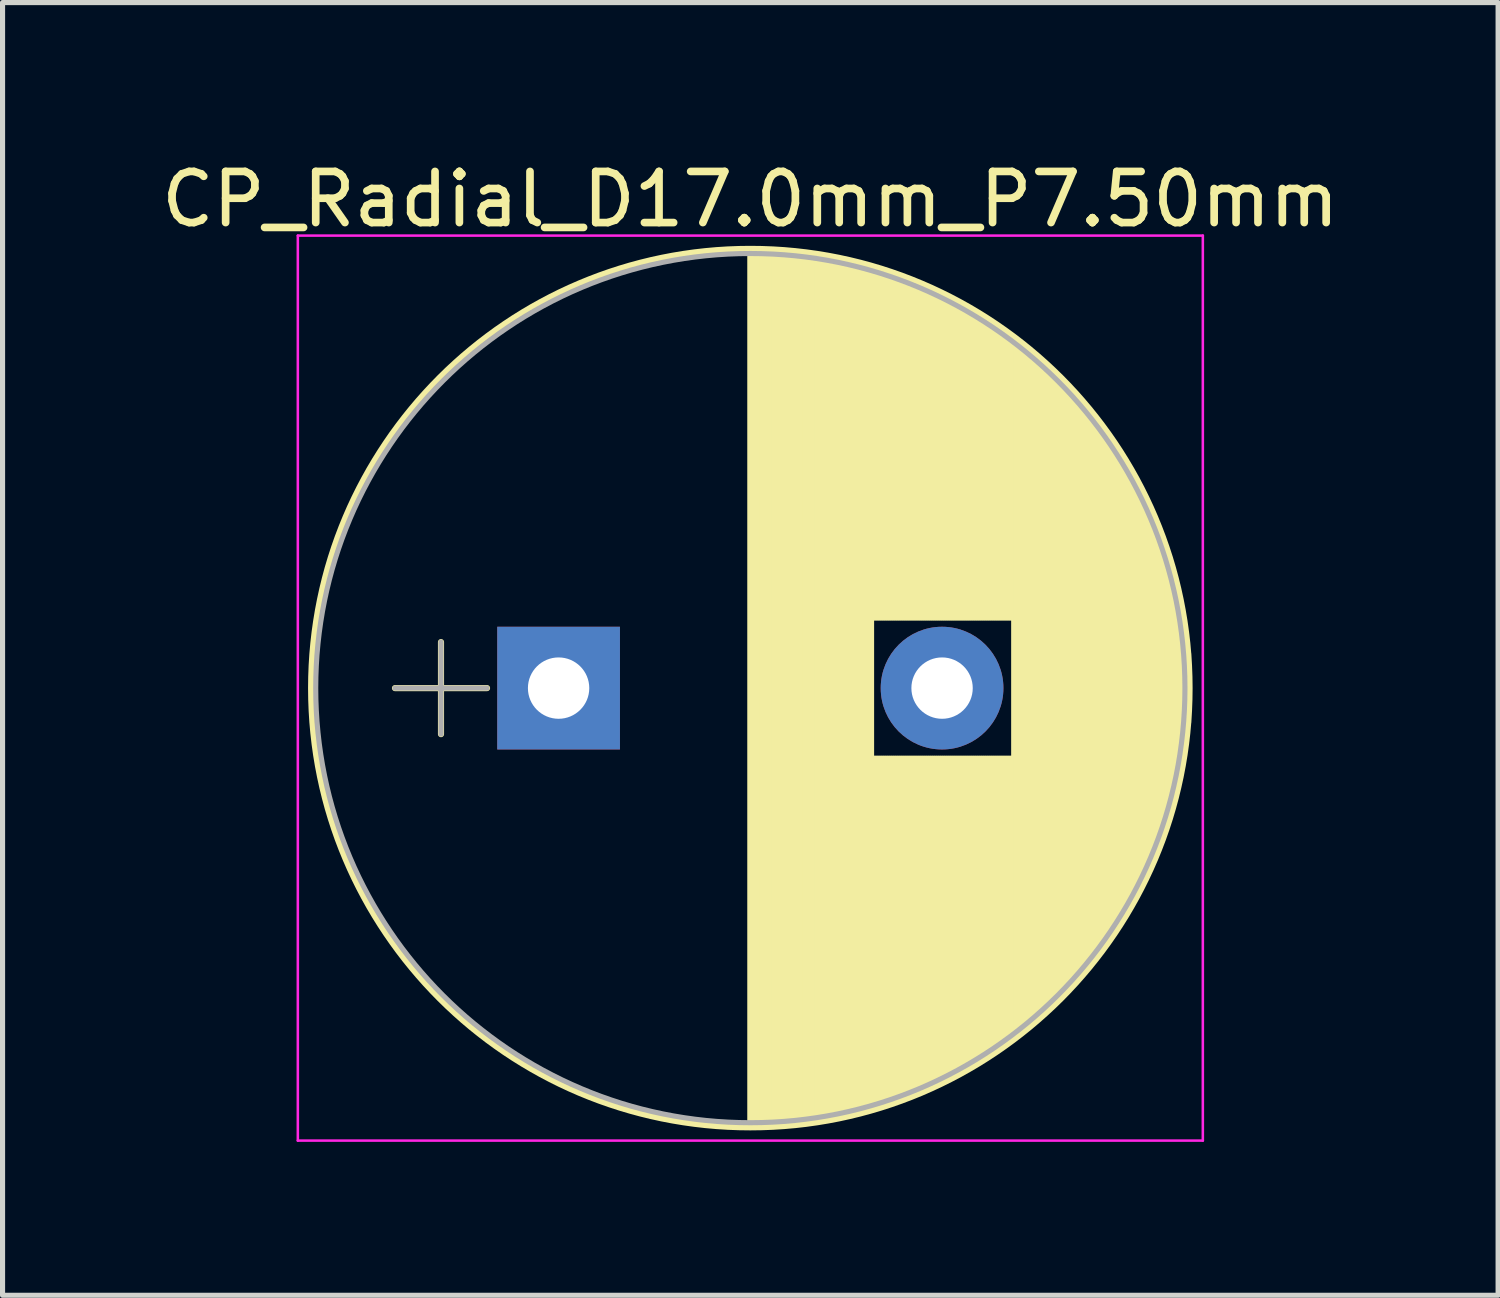
<source format=kicad_pcb>
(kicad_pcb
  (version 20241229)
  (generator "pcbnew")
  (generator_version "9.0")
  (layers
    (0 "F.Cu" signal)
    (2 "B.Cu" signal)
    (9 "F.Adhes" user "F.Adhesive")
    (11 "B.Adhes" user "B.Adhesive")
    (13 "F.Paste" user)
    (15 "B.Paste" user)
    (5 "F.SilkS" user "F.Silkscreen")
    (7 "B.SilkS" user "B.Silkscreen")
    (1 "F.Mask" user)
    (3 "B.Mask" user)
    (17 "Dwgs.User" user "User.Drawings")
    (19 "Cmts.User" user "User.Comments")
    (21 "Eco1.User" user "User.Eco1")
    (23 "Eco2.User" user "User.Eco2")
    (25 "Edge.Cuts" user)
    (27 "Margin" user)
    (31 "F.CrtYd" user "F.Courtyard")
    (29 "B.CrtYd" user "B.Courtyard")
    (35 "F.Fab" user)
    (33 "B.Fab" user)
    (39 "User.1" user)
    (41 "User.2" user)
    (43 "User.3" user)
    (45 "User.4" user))
  (footprint "CP_Radial_D17.0mm_P7.50mm"
    (layer "F.Cu")
    (at 7.875 10.408)
    (property "Reference" "CP_Radial_D17.0mm_P7.50mm" (at 3.75 -9.56 0) (layer "F.SilkS") (effects (font (size 1 1) (thickness 0.15))))
    (attr through_hole)
    (fp_line (start -3.2 0) (end -1.4 0) (stroke (width 0.12) (type solid)) (layer "F.SilkS"))
    (fp_line (start -2.3 -0.9) (end -2.3 0.9) (stroke (width 0.12) (type solid)) (layer "F.SilkS"))
    (fp_line (start 3.75 -8.55) (end 3.75 8.55) (stroke (width 0.12) (type solid)) (layer "F.SilkS"))
    (fp_line (start 3.79 -8.55) (end 3.79 8.55) (stroke (width 0.12) (type solid)) (layer "F.SilkS"))
    (fp_line (start 3.83 -8.55) (end 3.83 8.55) (stroke (width 0.12) (type solid)) (layer "F.SilkS"))
    (fp_line (start 3.87 -8.55) (end 3.87 8.55) (stroke (width 0.12) (type solid)) (layer "F.SilkS"))
    (fp_line (start 3.91 -8.549) (end 3.91 8.549) (stroke (width 0.12) (type solid)) (layer "F.SilkS"))
    (fp_line (start 3.95 -8.548) (end 3.95 8.548) (stroke (width 0.12) (type solid)) (layer "F.SilkS"))
    (fp_line (start 3.99 -8.547) (end 3.99 8.547) (stroke (width 0.12) (type solid)) (layer "F.SilkS"))
    (fp_line (start 4.03 -8.546) (end 4.03 8.546) (stroke (width 0.12) (type solid)) (layer "F.SilkS"))
    (fp_line (start 4.07 -8.545) (end 4.07 8.545) (stroke (width 0.12) (type solid)) (layer "F.SilkS"))
    (fp_line (start 4.11 -8.543) (end 4.11 8.543) (stroke (width 0.12) (type solid)) (layer "F.SilkS"))
    (fp_line (start 4.15 -8.541) (end 4.15 8.541) (stroke (width 0.12) (type solid)) (layer "F.SilkS"))
    (fp_line (start 4.19 -8.539) (end 4.19 8.539) (stroke (width 0.12) (type solid)) (layer "F.SilkS"))
    (fp_line (start 4.23 -8.537) (end 4.23 8.537) (stroke (width 0.12) (type solid)) (layer "F.SilkS"))
    (fp_line (start 4.27 -8.535) (end 4.27 8.535) (stroke (width 0.12) (type solid)) (layer "F.SilkS"))
    (fp_line (start 4.31 -8.532) (end 4.31 8.532) (stroke (width 0.12) (type solid)) (layer "F.SilkS"))
    (fp_line (start 4.35 -8.53) (end 4.35 8.53) (stroke (width 0.12) (type solid)) (layer "F.SilkS"))
    (fp_line (start 4.39 -8.527) (end 4.39 8.527) (stroke (width 0.12) (type solid)) (layer "F.SilkS"))
    (fp_line (start 4.43 -8.524) (end 4.43 8.524) (stroke (width 0.12) (type solid)) (layer "F.SilkS"))
    (fp_line (start 4.471 -8.52) (end 4.471 8.52) (stroke (width 0.12) (type solid)) (layer "F.SilkS"))
    (fp_line (start 4.511 -8.517) (end 4.511 8.517) (stroke (width 0.12) (type solid)) (layer "F.SilkS"))
    (fp_line (start 4.551 -8.513) (end 4.551 8.513) (stroke (width 0.12) (type solid)) (layer "F.SilkS"))
    (fp_line (start 4.591 -8.509) (end 4.591 8.509) (stroke (width 0.12) (type solid)) (layer "F.SilkS"))
    (fp_line (start 4.631 -8.505) (end 4.631 8.505) (stroke (width 0.12) (type solid)) (layer "F.SilkS"))
    (fp_line (start 4.671 -8.501) (end 4.671 8.501) (stroke (width 0.12) (type solid)) (layer "F.SilkS"))
    (fp_line (start 4.711 -8.497) (end 4.711 8.497) (stroke (width 0.12) (type solid)) (layer "F.SilkS"))
    (fp_line (start 4.751 -8.492) (end 4.751 8.492) (stroke (width 0.12) (type solid)) (layer "F.SilkS"))
    (fp_line (start 4.791 -8.487) (end 4.791 8.487) (stroke (width 0.12) (type solid)) (layer "F.SilkS"))
    (fp_line (start 4.831 -8.482) (end 4.831 8.482) (stroke (width 0.12) (type solid)) (layer "F.SilkS"))
    (fp_line (start 4.871 -8.477) (end 4.871 8.477) (stroke (width 0.12) (type solid)) (layer "F.SilkS"))
    (fp_line (start 4.911 -8.472) (end 4.911 8.472) (stroke (width 0.12) (type solid)) (layer "F.SilkS"))
    (fp_line (start 4.951 -8.466) (end 4.951 8.466) (stroke (width 0.12) (type solid)) (layer "F.SilkS"))
    (fp_line (start 4.991 -8.461) (end 4.991 8.461) (stroke (width 0.12) (type solid)) (layer "F.SilkS"))
    (fp_line (start 5.031 -8.455) (end 5.031 8.455) (stroke (width 0.12) (type solid)) (layer "F.SilkS"))
    (fp_line (start 5.071 -8.448) (end 5.071 8.448) (stroke (width 0.12) (type solid)) (layer "F.SilkS"))
    (fp_line (start 5.111 -8.442) (end 5.111 8.442) (stroke (width 0.12) (type solid)) (layer "F.SilkS"))
    (fp_line (start 5.151 -8.436) (end 5.151 8.436) (stroke (width 0.12) (type solid)) (layer "F.SilkS"))
    (fp_line (start 5.191 -8.429) (end 5.191 8.429) (stroke (width 0.12) (type solid)) (layer "F.SilkS"))
    (fp_line (start 5.231 -8.422) (end 5.231 8.422) (stroke (width 0.12) (type solid)) (layer "F.SilkS"))
    (fp_line (start 5.271 -8.415) (end 5.271 8.415) (stroke (width 0.12) (type solid)) (layer "F.SilkS"))
    (fp_line (start 5.311 -8.408) (end 5.311 8.408) (stroke (width 0.12) (type solid)) (layer "F.SilkS"))
    (fp_line (start 5.351 -8.4) (end 5.351 8.4) (stroke (width 0.12) (type solid)) (layer "F.SilkS"))
    (fp_line (start 5.391 -8.392) (end 5.391 8.392) (stroke (width 0.12) (type solid)) (layer "F.SilkS"))
    (fp_line (start 5.431 -8.385) (end 5.431 8.385) (stroke (width 0.12) (type solid)) (layer "F.SilkS"))
    (fp_line (start 5.471 -8.377) (end 5.471 8.377) (stroke (width 0.12) (type solid)) (layer "F.SilkS"))
    (fp_line (start 5.511 -8.368) (end 5.511 8.368) (stroke (width 0.12) (type solid)) (layer "F.SilkS"))
    (fp_line (start 5.551 -8.36) (end 5.551 8.36) (stroke (width 0.12) (type solid)) (layer "F.SilkS"))
    (fp_line (start 5.591 -8.351) (end 5.591 8.351) (stroke (width 0.12) (type solid)) (layer "F.SilkS"))
    (fp_line (start 5.631 -8.342) (end 5.631 8.342) (stroke (width 0.12) (type solid)) (layer "F.SilkS"))
    (fp_line (start 5.671 -8.333) (end 5.671 8.333) (stroke (width 0.12) (type solid)) (layer "F.SilkS"))
    (fp_line (start 5.711 -8.324) (end 5.711 8.324) (stroke (width 0.12) (type solid)) (layer "F.SilkS"))
    (fp_line (start 5.751 -8.314) (end 5.751 8.314) (stroke (width 0.12) (type solid)) (layer "F.SilkS"))
    (fp_line (start 5.791 -8.305) (end 5.791 8.305) (stroke (width 0.12) (type solid)) (layer "F.SilkS"))
    (fp_line (start 5.831 -8.295) (end 5.831 8.295) (stroke (width 0.12) (type solid)) (layer "F.SilkS"))
    (fp_line (start 5.871 -8.285) (end 5.871 8.285) (stroke (width 0.12) (type solid)) (layer "F.SilkS"))
    (fp_line (start 5.911 -8.274) (end 5.911 8.274) (stroke (width 0.12) (type solid)) (layer "F.SilkS"))
    (fp_line (start 5.951 -8.264) (end 5.951 8.264) (stroke (width 0.12) (type solid)) (layer "F.SilkS"))
    (fp_line (start 5.991 -8.253) (end 5.991 8.253) (stroke (width 0.12) (type solid)) (layer "F.SilkS"))
    (fp_line (start 6.031 -8.242) (end 6.031 8.242) (stroke (width 0.12) (type solid)) (layer "F.SilkS"))
    (fp_line (start 6.071 -8.231) (end 6.071 8.231) (stroke (width 0.12) (type solid)) (layer "F.SilkS"))
    (fp_line (start 6.111 -8.22) (end 6.111 8.22) (stroke (width 0.12) (type solid)) (layer "F.SilkS"))
    (fp_line (start 6.151 -8.208) (end 6.151 -1.38) (stroke (width 0.12) (type solid)) (layer "F.SilkS"))
    (fp_line (start 6.151 1.38) (end 6.151 8.208) (stroke (width 0.12) (type solid)) (layer "F.SilkS"))
    (fp_line (start 6.191 -8.197) (end 6.191 -1.38) (stroke (width 0.12) (type solid)) (layer "F.SilkS"))
    (fp_line (start 6.191 1.38) (end 6.191 8.197) (stroke (width 0.12) (type solid)) (layer "F.SilkS"))
    (fp_line (start 6.231 -8.185) (end 6.231 -1.38) (stroke (width 0.12) (type solid)) (layer "F.SilkS"))
    (fp_line (start 6.231 1.38) (end 6.231 8.185) (stroke (width 0.12) (type solid)) (layer "F.SilkS"))
    (fp_line (start 6.271 -8.173) (end 6.271 -1.38) (stroke (width 0.12) (type solid)) (layer "F.SilkS"))
    (fp_line (start 6.271 1.38) (end 6.271 8.173) (stroke (width 0.12) (type solid)) (layer "F.SilkS"))
    (fp_line (start 6.311 -8.16) (end 6.311 -1.38) (stroke (width 0.12) (type solid)) (layer "F.SilkS"))
    (fp_line (start 6.311 1.38) (end 6.311 8.16) (stroke (width 0.12) (type solid)) (layer "F.SilkS"))
    (fp_line (start 6.351 -8.148) (end 6.351 -1.38) (stroke (width 0.12) (type solid)) (layer "F.SilkS"))
    (fp_line (start 6.351 1.38) (end 6.351 8.148) (stroke (width 0.12) (type solid)) (layer "F.SilkS"))
    (fp_line (start 6.391 -8.135) (end 6.391 -1.38) (stroke (width 0.12) (type solid)) (layer "F.SilkS"))
    (fp_line (start 6.391 1.38) (end 6.391 8.135) (stroke (width 0.12) (type solid)) (layer "F.SilkS"))
    (fp_line (start 6.431 -8.122) (end 6.431 -1.38) (stroke (width 0.12) (type solid)) (layer "F.SilkS"))
    (fp_line (start 6.431 1.38) (end 6.431 8.122) (stroke (width 0.12) (type solid)) (layer "F.SilkS"))
    (fp_line (start 6.471 -8.108) (end 6.471 -1.38) (stroke (width 0.12) (type solid)) (layer "F.SilkS"))
    (fp_line (start 6.471 1.38) (end 6.471 8.108) (stroke (width 0.12) (type solid)) (layer "F.SilkS"))
    (fp_line (start 6.511 -8.095) (end 6.511 -1.38) (stroke (width 0.12) (type solid)) (layer "F.SilkS"))
    (fp_line (start 6.511 1.38) (end 6.511 8.095) (stroke (width 0.12) (type solid)) (layer "F.SilkS"))
    (fp_line (start 6.551 -8.081) (end 6.551 -1.38) (stroke (width 0.12) (type solid)) (layer "F.SilkS"))
    (fp_line (start 6.551 1.38) (end 6.551 8.081) (stroke (width 0.12) (type solid)) (layer "F.SilkS"))
    (fp_line (start 6.591 -8.067) (end 6.591 -1.38) (stroke (width 0.12) (type solid)) (layer "F.SilkS"))
    (fp_line (start 6.591 1.38) (end 6.591 8.067) (stroke (width 0.12) (type solid)) (layer "F.SilkS"))
    (fp_line (start 6.631 -8.053) (end 6.631 -1.38) (stroke (width 0.12) (type solid)) (layer "F.SilkS"))
    (fp_line (start 6.631 1.38) (end 6.631 8.053) (stroke (width 0.12) (type solid)) (layer "F.SilkS"))
    (fp_line (start 6.671 -8.039) (end 6.671 -1.38) (stroke (width 0.12) (type solid)) (layer "F.SilkS"))
    (fp_line (start 6.671 1.38) (end 6.671 8.039) (stroke (width 0.12) (type solid)) (layer "F.SilkS"))
    (fp_line (start 6.711 -8.024) (end 6.711 -1.38) (stroke (width 0.12) (type solid)) (layer "F.SilkS"))
    (fp_line (start 6.711 1.38) (end 6.711 8.024) (stroke (width 0.12) (type solid)) (layer "F.SilkS"))
    (fp_line (start 6.751 -8.01) (end 6.751 -1.38) (stroke (width 0.12) (type solid)) (layer "F.SilkS"))
    (fp_line (start 6.751 1.38) (end 6.751 8.01) (stroke (width 0.12) (type solid)) (layer "F.SilkS"))
    (fp_line (start 6.791 -7.995) (end 6.791 -1.38) (stroke (width 0.12) (type solid)) (layer "F.SilkS"))
    (fp_line (start 6.791 1.38) (end 6.791 7.995) (stroke (width 0.12) (type solid)) (layer "F.SilkS"))
    (fp_line (start 6.831 -7.979) (end 6.831 -1.38) (stroke (width 0.12) (type solid)) (layer "F.SilkS"))
    (fp_line (start 6.831 1.38) (end 6.831 7.979) (stroke (width 0.12) (type solid)) (layer "F.SilkS"))
    (fp_line (start 6.871 -7.964) (end 6.871 -1.38) (stroke (width 0.12) (type solid)) (layer "F.SilkS"))
    (fp_line (start 6.871 1.38) (end 6.871 7.964) (stroke (width 0.12) (type solid)) (layer "F.SilkS"))
    (fp_line (start 6.911 -7.948) (end 6.911 -1.38) (stroke (width 0.12) (type solid)) (layer "F.SilkS"))
    (fp_line (start 6.911 1.38) (end 6.911 7.948) (stroke (width 0.12) (type solid)) (layer "F.SilkS"))
    (fp_line (start 6.951 -7.932) (end 6.951 -1.38) (stroke (width 0.12) (type solid)) (layer "F.SilkS"))
    (fp_line (start 6.951 1.38) (end 6.951 7.932) (stroke (width 0.12) (type solid)) (layer "F.SilkS"))
    (fp_line (start 6.991 -7.916) (end 6.991 -1.38) (stroke (width 0.12) (type solid)) (layer "F.SilkS"))
    (fp_line (start 6.991 1.38) (end 6.991 7.916) (stroke (width 0.12) (type solid)) (layer "F.SilkS"))
    (fp_line (start 7.031 -7.9) (end 7.031 -1.38) (stroke (width 0.12) (type solid)) (layer "F.SilkS"))
    (fp_line (start 7.031 1.38) (end 7.031 7.9) (stroke (width 0.12) (type solid)) (layer "F.SilkS"))
    (fp_line (start 7.071 -7.883) (end 7.071 -1.38) (stroke (width 0.12) (type solid)) (layer "F.SilkS"))
    (fp_line (start 7.071 1.38) (end 7.071 7.883) (stroke (width 0.12) (type solid)) (layer "F.SilkS"))
    (fp_line (start 7.111 -7.866) (end 7.111 -1.38) (stroke (width 0.12) (type solid)) (layer "F.SilkS"))
    (fp_line (start 7.111 1.38) (end 7.111 7.866) (stroke (width 0.12) (type solid)) (layer "F.SilkS"))
    (fp_line (start 7.151 -7.849) (end 7.151 -1.38) (stroke (width 0.12) (type solid)) (layer "F.SilkS"))
    (fp_line (start 7.151 1.38) (end 7.151 7.849) (stroke (width 0.12) (type solid)) (layer "F.SilkS"))
    (fp_line (start 7.191 -7.832) (end 7.191 -1.38) (stroke (width 0.12) (type solid)) (layer "F.SilkS"))
    (fp_line (start 7.191 1.38) (end 7.191 7.832) (stroke (width 0.12) (type solid)) (layer "F.SilkS"))
    (fp_line (start 7.231 -7.814) (end 7.231 -1.38) (stroke (width 0.12) (type solid)) (layer "F.SilkS"))
    (fp_line (start 7.231 1.38) (end 7.231 7.814) (stroke (width 0.12) (type solid)) (layer "F.SilkS"))
    (fp_line (start 7.271 -7.796) (end 7.271 -1.38) (stroke (width 0.12) (type solid)) (layer "F.SilkS"))
    (fp_line (start 7.271 1.38) (end 7.271 7.796) (stroke (width 0.12) (type solid)) (layer "F.SilkS"))
    (fp_line (start 7.311 -7.778) (end 7.311 -1.38) (stroke (width 0.12) (type solid)) (layer "F.SilkS"))
    (fp_line (start 7.311 1.38) (end 7.311 7.778) (stroke (width 0.12) (type solid)) (layer "F.SilkS"))
    (fp_line (start 7.351 -7.76) (end 7.351 -1.38) (stroke (width 0.12) (type solid)) (layer "F.SilkS"))
    (fp_line (start 7.351 1.38) (end 7.351 7.76) (stroke (width 0.12) (type solid)) (layer "F.SilkS"))
    (fp_line (start 7.391 -7.741) (end 7.391 -1.38) (stroke (width 0.12) (type solid)) (layer "F.SilkS"))
    (fp_line (start 7.391 1.38) (end 7.391 7.741) (stroke (width 0.12) (type solid)) (layer "F.SilkS"))
    (fp_line (start 7.431 -7.722) (end 7.431 -1.38) (stroke (width 0.12) (type solid)) (layer "F.SilkS"))
    (fp_line (start 7.431 1.38) (end 7.431 7.722) (stroke (width 0.12) (type solid)) (layer "F.SilkS"))
    (fp_line (start 7.471 -7.703) (end 7.471 -1.38) (stroke (width 0.12) (type solid)) (layer "F.SilkS"))
    (fp_line (start 7.471 1.38) (end 7.471 7.703) (stroke (width 0.12) (type solid)) (layer "F.SilkS"))
    (fp_line (start 7.511 -7.684) (end 7.511 -1.38) (stroke (width 0.12) (type solid)) (layer "F.SilkS"))
    (fp_line (start 7.511 1.38) (end 7.511 7.684) (stroke (width 0.12) (type solid)) (layer "F.SilkS"))
    (fp_line (start 7.551 -7.664) (end 7.551 -1.38) (stroke (width 0.12) (type solid)) (layer "F.SilkS"))
    (fp_line (start 7.551 1.38) (end 7.551 7.664) (stroke (width 0.12) (type solid)) (layer "F.SilkS"))
    (fp_line (start 7.591 -7.644) (end 7.591 -1.38) (stroke (width 0.12) (type solid)) (layer "F.SilkS"))
    (fp_line (start 7.591 1.38) (end 7.591 7.644) (stroke (width 0.12) (type solid)) (layer "F.SilkS"))
    (fp_line (start 7.631 -7.624) (end 7.631 -1.38) (stroke (width 0.12) (type solid)) (layer "F.SilkS"))
    (fp_line (start 7.631 1.38) (end 7.631 7.624) (stroke (width 0.12) (type solid)) (layer "F.SilkS"))
    (fp_line (start 7.671 -7.604) (end 7.671 -1.38) (stroke (width 0.12) (type solid)) (layer "F.SilkS"))
    (fp_line (start 7.671 1.38) (end 7.671 7.604) (stroke (width 0.12) (type solid)) (layer "F.SilkS"))
    (fp_line (start 7.711 -7.583) (end 7.711 -1.38) (stroke (width 0.12) (type solid)) (layer "F.SilkS"))
    (fp_line (start 7.711 1.38) (end 7.711 7.583) (stroke (width 0.12) (type solid)) (layer "F.SilkS"))
    (fp_line (start 7.751 -7.562) (end 7.751 -1.38) (stroke (width 0.12) (type solid)) (layer "F.SilkS"))
    (fp_line (start 7.751 1.38) (end 7.751 7.562) (stroke (width 0.12) (type solid)) (layer "F.SilkS"))
    (fp_line (start 7.791 -7.541) (end 7.791 -1.38) (stroke (width 0.12) (type solid)) (layer "F.SilkS"))
    (fp_line (start 7.791 1.38) (end 7.791 7.541) (stroke (width 0.12) (type solid)) (layer "F.SilkS"))
    (fp_line (start 7.831 -7.52) (end 7.831 -1.38) (stroke (width 0.12) (type solid)) (layer "F.SilkS"))
    (fp_line (start 7.831 1.38) (end 7.831 7.52) (stroke (width 0.12) (type solid)) (layer "F.SilkS"))
    (fp_line (start 7.871 -7.498) (end 7.871 -1.38) (stroke (width 0.12) (type solid)) (layer "F.SilkS"))
    (fp_line (start 7.871 1.38) (end 7.871 7.498) (stroke (width 0.12) (type solid)) (layer "F.SilkS"))
    (fp_line (start 7.911 -7.476) (end 7.911 -1.38) (stroke (width 0.12) (type solid)) (layer "F.SilkS"))
    (fp_line (start 7.911 1.38) (end 7.911 7.476) (stroke (width 0.12) (type solid)) (layer "F.SilkS"))
    (fp_line (start 7.951 -7.454) (end 7.951 -1.38) (stroke (width 0.12) (type solid)) (layer "F.SilkS"))
    (fp_line (start 7.951 1.38) (end 7.951 7.454) (stroke (width 0.12) (type solid)) (layer "F.SilkS"))
    (fp_line (start 7.991 -7.431) (end 7.991 -1.38) (stroke (width 0.12) (type solid)) (layer "F.SilkS"))
    (fp_line (start 7.991 1.38) (end 7.991 7.431) (stroke (width 0.12) (type solid)) (layer "F.SilkS"))
    (fp_line (start 8.031 -7.408) (end 8.031 -1.38) (stroke (width 0.12) (type solid)) (layer "F.SilkS"))
    (fp_line (start 8.031 1.38) (end 8.031 7.408) (stroke (width 0.12) (type solid)) (layer "F.SilkS"))
    (fp_line (start 8.071 -7.385) (end 8.071 -1.38) (stroke (width 0.12) (type solid)) (layer "F.SilkS"))
    (fp_line (start 8.071 1.38) (end 8.071 7.385) (stroke (width 0.12) (type solid)) (layer "F.SilkS"))
    (fp_line (start 8.111 -7.362) (end 8.111 -1.38) (stroke (width 0.12) (type solid)) (layer "F.SilkS"))
    (fp_line (start 8.111 1.38) (end 8.111 7.362) (stroke (width 0.12) (type solid)) (layer "F.SilkS"))
    (fp_line (start 8.151 -7.338) (end 8.151 -1.38) (stroke (width 0.12) (type solid)) (layer "F.SilkS"))
    (fp_line (start 8.151 1.38) (end 8.151 7.338) (stroke (width 0.12) (type solid)) (layer "F.SilkS"))
    (fp_line (start 8.191 -7.314) (end 8.191 -1.38) (stroke (width 0.12) (type solid)) (layer "F.SilkS"))
    (fp_line (start 8.191 1.38) (end 8.191 7.314) (stroke (width 0.12) (type solid)) (layer "F.SilkS"))
    (fp_line (start 8.231 -7.29) (end 8.231 -1.38) (stroke (width 0.12) (type solid)) (layer "F.SilkS"))
    (fp_line (start 8.231 1.38) (end 8.231 7.29) (stroke (width 0.12) (type solid)) (layer "F.SilkS"))
    (fp_line (start 8.271 -7.265) (end 8.271 -1.38) (stroke (width 0.12) (type solid)) (layer "F.SilkS"))
    (fp_line (start 8.271 1.38) (end 8.271 7.265) (stroke (width 0.12) (type solid)) (layer "F.SilkS"))
    (fp_line (start 8.311 -7.24) (end 8.311 -1.38) (stroke (width 0.12) (type solid)) (layer "F.SilkS"))
    (fp_line (start 8.311 1.38) (end 8.311 7.24) (stroke (width 0.12) (type solid)) (layer "F.SilkS"))
    (fp_line (start 8.351 -7.215) (end 8.351 -1.38) (stroke (width 0.12) (type solid)) (layer "F.SilkS"))
    (fp_line (start 8.351 1.38) (end 8.351 7.215) (stroke (width 0.12) (type solid)) (layer "F.SilkS"))
    (fp_line (start 8.391 -7.19) (end 8.391 -1.38) (stroke (width 0.12) (type solid)) (layer "F.SilkS"))
    (fp_line (start 8.391 1.38) (end 8.391 7.19) (stroke (width 0.12) (type solid)) (layer "F.SilkS"))
    (fp_line (start 8.431 -7.164) (end 8.431 -1.38) (stroke (width 0.12) (type solid)) (layer "F.SilkS"))
    (fp_line (start 8.431 1.38) (end 8.431 7.164) (stroke (width 0.12) (type solid)) (layer "F.SilkS"))
    (fp_line (start 8.471 -7.138) (end 8.471 -1.38) (stroke (width 0.12) (type solid)) (layer "F.SilkS"))
    (fp_line (start 8.471 1.38) (end 8.471 7.138) (stroke (width 0.12) (type solid)) (layer "F.SilkS"))
    (fp_line (start 8.511 -7.111) (end 8.511 -1.38) (stroke (width 0.12) (type solid)) (layer "F.SilkS"))
    (fp_line (start 8.511 1.38) (end 8.511 7.111) (stroke (width 0.12) (type solid)) (layer "F.SilkS"))
    (fp_line (start 8.551 -7.084) (end 8.551 -1.38) (stroke (width 0.12) (type solid)) (layer "F.SilkS"))
    (fp_line (start 8.551 1.38) (end 8.551 7.084) (stroke (width 0.12) (type solid)) (layer "F.SilkS"))
    (fp_line (start 8.591 -7.057) (end 8.591 -1.38) (stroke (width 0.12) (type solid)) (layer "F.SilkS"))
    (fp_line (start 8.591 1.38) (end 8.591 7.057) (stroke (width 0.12) (type solid)) (layer "F.SilkS"))
    (fp_line (start 8.631 -7.03) (end 8.631 -1.38) (stroke (width 0.12) (type solid)) (layer "F.SilkS"))
    (fp_line (start 8.631 1.38) (end 8.631 7.03) (stroke (width 0.12) (type solid)) (layer "F.SilkS"))
    (fp_line (start 8.671 -7.002) (end 8.671 -1.38) (stroke (width 0.12) (type solid)) (layer "F.SilkS"))
    (fp_line (start 8.671 1.38) (end 8.671 7.002) (stroke (width 0.12) (type solid)) (layer "F.SilkS"))
    (fp_line (start 8.711 -6.974) (end 8.711 -1.38) (stroke (width 0.12) (type solid)) (layer "F.SilkS"))
    (fp_line (start 8.711 1.38) (end 8.711 6.974) (stroke (width 0.12) (type solid)) (layer "F.SilkS"))
    (fp_line (start 8.751 -6.945) (end 8.751 -1.38) (stroke (width 0.12) (type solid)) (layer "F.SilkS"))
    (fp_line (start 8.751 1.38) (end 8.751 6.945) (stroke (width 0.12) (type solid)) (layer "F.SilkS"))
    (fp_line (start 8.791 -6.917) (end 8.791 -1.38) (stroke (width 0.12) (type solid)) (layer "F.SilkS"))
    (fp_line (start 8.791 1.38) (end 8.791 6.917) (stroke (width 0.12) (type solid)) (layer "F.SilkS"))
    (fp_line (start 8.831 -6.887) (end 8.831 -1.38) (stroke (width 0.12) (type solid)) (layer "F.SilkS"))
    (fp_line (start 8.831 1.38) (end 8.831 6.887) (stroke (width 0.12) (type solid)) (layer "F.SilkS"))
    (fp_line (start 8.871 -6.858) (end 8.871 -1.38) (stroke (width 0.12) (type solid)) (layer "F.SilkS"))
    (fp_line (start 8.871 1.38) (end 8.871 6.858) (stroke (width 0.12) (type solid)) (layer "F.SilkS"))
    (fp_line (start 8.911 -6.828) (end 8.911 6.828) (stroke (width 0.12) (type solid)) (layer "F.SilkS"))
    (fp_line (start 8.951 -6.798) (end 8.951 6.798) (stroke (width 0.12) (type solid)) (layer "F.SilkS"))
    (fp_line (start 8.991 -6.767) (end 8.991 6.767) (stroke (width 0.12) (type solid)) (layer "F.SilkS"))
    (fp_line (start 9.031 -6.736) (end 9.031 6.736) (stroke (width 0.12) (type solid)) (layer "F.SilkS"))
    (fp_line (start 9.071 -6.705) (end 9.071 6.705) (stroke (width 0.12) (type solid)) (layer "F.SilkS"))
    (fp_line (start 9.111 -6.673) (end 9.111 6.673) (stroke (width 0.12) (type solid)) (layer "F.SilkS"))
    (fp_line (start 9.151 -6.641) (end 9.151 6.641) (stroke (width 0.12) (type solid)) (layer "F.SilkS"))
    (fp_line (start 9.191 -6.608) (end 9.191 6.608) (stroke (width 0.12) (type solid)) (layer "F.SilkS"))
    (fp_line (start 9.231 -6.575) (end 9.231 6.575) (stroke (width 0.12) (type solid)) (layer "F.SilkS"))
    (fp_line (start 9.271 -6.542) (end 9.271 6.542) (stroke (width 0.12) (type solid)) (layer "F.SilkS"))
    (fp_line (start 9.311 -6.508) (end 9.311 6.508) (stroke (width 0.12) (type solid)) (layer "F.SilkS"))
    (fp_line (start 9.351 -6.474) (end 9.351 6.474) (stroke (width 0.12) (type solid)) (layer "F.SilkS"))
    (fp_line (start 9.391 -6.44) (end 9.391 6.44) (stroke (width 0.12) (type solid)) (layer "F.SilkS"))
    (fp_line (start 9.431 -6.405) (end 9.431 6.405) (stroke (width 0.12) (type solid)) (layer "F.SilkS"))
    (fp_line (start 9.471 -6.369) (end 9.471 6.369) (stroke (width 0.12) (type solid)) (layer "F.SilkS"))
    (fp_line (start 9.511 -6.333) (end 9.511 6.333) (stroke (width 0.12) (type solid)) (layer "F.SilkS"))
    (fp_line (start 9.551 -6.297) (end 9.551 6.297) (stroke (width 0.12) (type solid)) (layer "F.SilkS"))
    (fp_line (start 9.591 -6.26) (end 9.591 6.26) (stroke (width 0.12) (type solid)) (layer "F.SilkS"))
    (fp_line (start 9.631 -6.223) (end 9.631 6.223) (stroke (width 0.12) (type solid)) (layer "F.SilkS"))
    (fp_line (start 9.671 -6.185) (end 9.671 6.185) (stroke (width 0.12) (type solid)) (layer "F.SilkS"))
    (fp_line (start 9.711 -6.146) (end 9.711 6.146) (stroke (width 0.12) (type solid)) (layer "F.SilkS"))
    (fp_line (start 9.751 -6.108) (end 9.751 6.108) (stroke (width 0.12) (type solid)) (layer "F.SilkS"))
    (fp_line (start 9.791 -6.068) (end 9.791 6.068) (stroke (width 0.12) (type solid)) (layer "F.SilkS"))
    (fp_line (start 9.831 -6.029) (end 9.831 6.029) (stroke (width 0.12) (type solid)) (layer "F.SilkS"))
    (fp_line (start 9.871 -5.988) (end 9.871 5.988) (stroke (width 0.12) (type solid)) (layer "F.SilkS"))
    (fp_line (start 9.911 -5.947) (end 9.911 5.947) (stroke (width 0.12) (type solid)) (layer "F.SilkS"))
    (fp_line (start 9.951 -5.906) (end 9.951 5.906) (stroke (width 0.12) (type solid)) (layer "F.SilkS"))
    (fp_line (start 9.991 -5.864) (end 9.991 5.864) (stroke (width 0.12) (type solid)) (layer "F.SilkS"))
    (fp_line (start 10.031 -5.821) (end 10.031 5.821) (stroke (width 0.12) (type solid)) (layer "F.SilkS"))
    (fp_line (start 10.071 -5.778) (end 10.071 5.778) (stroke (width 0.12) (type solid)) (layer "F.SilkS"))
    (fp_line (start 10.111 -5.734) (end 10.111 5.734) (stroke (width 0.12) (type solid)) (layer "F.SilkS"))
    (fp_line (start 10.151 -5.69) (end 10.151 5.69) (stroke (width 0.12) (type solid)) (layer "F.SilkS"))
    (fp_line (start 10.191 -5.645) (end 10.191 5.645) (stroke (width 0.12) (type solid)) (layer "F.SilkS"))
    (fp_line (start 10.231 -5.599) (end 10.231 5.599) (stroke (width 0.12) (type solid)) (layer "F.SilkS"))
    (fp_line (start 10.271 -5.553) (end 10.271 5.553) (stroke (width 0.12) (type solid)) (layer "F.SilkS"))
    (fp_line (start 10.311 -5.506) (end 10.311 5.506) (stroke (width 0.12) (type solid)) (layer "F.SilkS"))
    (fp_line (start 10.351 -5.459) (end 10.351 5.459) (stroke (width 0.12) (type solid)) (layer "F.SilkS"))
    (fp_line (start 10.391 -5.41) (end 10.391 5.41) (stroke (width 0.12) (type solid)) (layer "F.SilkS"))
    (fp_line (start 10.431 -5.361) (end 10.431 5.361) (stroke (width 0.12) (type solid)) (layer "F.SilkS"))
    (fp_line (start 10.471 -5.311) (end 10.471 5.311) (stroke (width 0.12) (type solid)) (layer "F.SilkS"))
    (fp_line (start 10.511 -5.261) (end 10.511 5.261) (stroke (width 0.12) (type solid)) (layer "F.SilkS"))
    (fp_line (start 10.551 -5.209) (end 10.551 5.209) (stroke (width 0.12) (type solid)) (layer "F.SilkS"))
    (fp_line (start 10.591 -5.157) (end 10.591 5.157) (stroke (width 0.12) (type solid)) (layer "F.SilkS"))
    (fp_line (start 10.631 -5.104) (end 10.631 5.104) (stroke (width 0.12) (type solid)) (layer "F.SilkS"))
    (fp_line (start 10.671 -5.05) (end 10.671 5.05) (stroke (width 0.12) (type solid)) (layer "F.SilkS"))
    (fp_line (start 10.711 -4.995) (end 10.711 4.995) (stroke (width 0.12) (type solid)) (layer "F.SilkS"))
    (fp_line (start 10.751 -4.939) (end 10.751 4.939) (stroke (width 0.12) (type solid)) (layer "F.SilkS"))
    (fp_line (start 10.791 -4.883) (end 10.791 4.883) (stroke (width 0.12) (type solid)) (layer "F.SilkS"))
    (fp_line (start 10.831 -4.825) (end 10.831 4.825) (stroke (width 0.12) (type solid)) (layer "F.SilkS"))
    (fp_line (start 10.871 -4.766) (end 10.871 4.766) (stroke (width 0.12) (type solid)) (layer "F.SilkS"))
    (fp_line (start 10.911 -4.706) (end 10.911 4.706) (stroke (width 0.12) (type solid)) (layer "F.SilkS"))
    (fp_line (start 10.951 -4.645) (end 10.951 4.645) (stroke (width 0.12) (type solid)) (layer "F.SilkS"))
    (fp_line (start 10.991 -4.583) (end 10.991 4.583) (stroke (width 0.12) (type solid)) (layer "F.SilkS"))
    (fp_line (start 11.031 -4.52) (end 11.031 4.52) (stroke (width 0.12) (type solid)) (layer "F.SilkS"))
    (fp_line (start 11.071 -4.456) (end 11.071 4.456) (stroke (width 0.12) (type solid)) (layer "F.SilkS"))
    (fp_line (start 11.111 -4.39) (end 11.111 4.39) (stroke (width 0.12) (type solid)) (layer "F.SilkS"))
    (fp_line (start 11.151 -4.323) (end 11.151 4.323) (stroke (width 0.12) (type solid)) (layer "F.SilkS"))
    (fp_line (start 11.191 -4.254) (end 11.191 4.254) (stroke (width 0.12) (type solid)) (layer "F.SilkS"))
    (fp_line (start 11.231 -4.184) (end 11.231 4.184) (stroke (width 0.12) (type solid)) (layer "F.SilkS"))
    (fp_line (start 11.271 -4.112) (end 11.271 4.112) (stroke (width 0.12) (type solid)) (layer "F.SilkS"))
    (fp_line (start 11.311 -4.039) (end 11.311 4.039) (stroke (width 0.12) (type solid)) (layer "F.SilkS"))
    (fp_line (start 11.351 -3.964) (end 11.351 3.964) (stroke (width 0.12) (type solid)) (layer "F.SilkS"))
    (fp_line (start 11.391 -3.887) (end 11.391 3.887) (stroke (width 0.12) (type solid)) (layer "F.SilkS"))
    (fp_line (start 11.431 -3.808) (end 11.431 3.808) (stroke (width 0.12) (type solid)) (layer "F.SilkS"))
    (fp_line (start 11.471 -3.727) (end 11.471 3.727) (stroke (width 0.12) (type solid)) (layer "F.SilkS"))
    (fp_line (start 11.511 -3.644) (end 11.511 3.644) (stroke (width 0.12) (type solid)) (layer "F.SilkS"))
    (fp_line (start 11.551 -3.559) (end 11.551 3.559) (stroke (width 0.12) (type solid)) (layer "F.SilkS"))
    (fp_line (start 11.591 -3.471) (end 11.591 3.471) (stroke (width 0.12) (type solid)) (layer "F.SilkS"))
    (fp_line (start 11.631 -3.38) (end 11.631 3.38) (stroke (width 0.12) (type solid)) (layer "F.SilkS"))
    (fp_line (start 11.671 -3.286) (end 11.671 3.286) (stroke (width 0.12) (type solid)) (layer "F.SilkS"))
    (fp_line (start 11.711 -3.19) (end 11.711 3.19) (stroke (width 0.12) (type solid)) (layer "F.SilkS"))
    (fp_line (start 11.751 -3.089) (end 11.751 3.089) (stroke (width 0.12) (type solid)) (layer "F.SilkS"))
    (fp_line (start 11.791 -2.985) (end 11.791 2.985) (stroke (width 0.12) (type solid)) (layer "F.SilkS"))
    (fp_line (start 11.831 -2.876) (end 11.831 2.876) (stroke (width 0.12) (type solid)) (layer "F.SilkS"))
    (fp_line (start 11.871 -2.763) (end 11.871 2.763) (stroke (width 0.12) (type solid)) (layer "F.SilkS"))
    (fp_line (start 11.911 -2.644) (end 11.911 2.644) (stroke (width 0.12) (type solid)) (layer "F.SilkS"))
    (fp_line (start 11.95 -2.519) (end 11.95 2.519) (stroke (width 0.12) (type solid)) (layer "F.SilkS"))
    (fp_line (start 11.99 -2.388) (end 11.99 2.388) (stroke (width 0.12) (type solid)) (layer "F.SilkS"))
    (fp_line (start 12.03 -2.247) (end 12.03 2.247) (stroke (width 0.12) (type solid)) (layer "F.SilkS"))
    (fp_line (start 12.07 -2.097) (end 12.07 2.097) (stroke (width 0.12) (type solid)) (layer "F.SilkS"))
    (fp_line (start 12.11 -1.935) (end 12.11 1.935) (stroke (width 0.12) (type solid)) (layer "F.SilkS"))
    (fp_line (start 12.15 -1.757) (end 12.15 1.757) (stroke (width 0.12) (type solid)) (layer "F.SilkS"))
    (fp_line (start 12.19 -1.559) (end 12.19 1.559) (stroke (width 0.12) (type solid)) (layer "F.SilkS"))
    (fp_line (start 12.23 -1.331) (end 12.23 1.331) (stroke (width 0.12) (type solid)) (layer "F.SilkS"))
    (fp_line (start 12.27 -1.055) (end 12.27 1.055) (stroke (width 0.12) (type solid)) (layer "F.SilkS"))
    (fp_line (start 12.31 -0.678) (end 12.31 0.678) (stroke (width 0.12) (type solid)) (layer "F.SilkS"))
    (fp_circle (center 3.75 0) (end 12.34 0) (stroke (width 0.12) (type solid)) (fill no) (layer "F.SilkS"))
    (fp_line (start -5.1 -8.85) (end -5.1 8.85) (stroke (width 0.05) (type solid)) (layer "F.CrtYd"))
    (fp_line (start -5.1 8.85) (end 12.6 8.85) (stroke (width 0.05) (type solid)) (layer "F.CrtYd"))
    (fp_line (start 12.6 -8.85) (end -5.1 -8.85) (stroke (width 0.05) (type solid)) (layer "F.CrtYd"))
    (fp_line (start 12.6 8.85) (end 12.6 -8.85) (stroke (width 0.05) (type solid)) (layer "F.CrtYd"))
    (fp_line (start -3.2 0) (end -1.4 0) (stroke (width 0.1) (type solid)) (layer "F.Fab"))
    (fp_line (start -2.3 -0.9) (end -2.3 0.9) (stroke (width 0.1) (type solid)) (layer "F.Fab"))
    (fp_circle (center 3.75 0) (end 12.25 0) (stroke (width 0.1) (type solid)) (fill no) (layer "F.Fab"))
    (pad "1" thru_hole rect (at 0 0) (size 2.4 2.4) (drill 1.2) (layers "*.Cu" "*.Mask"))
    (pad "2" thru_hole circle (at 7.5 0) (size 2.4 2.4) (drill 1.2) (layers "*.Cu" "*.Mask")))
  (gr_rect
    (start -3 -3)
    (end 26.25 22.283)
    (stroke (width 0.1) (type default))
    (fill no)
    (layer "Edge.Cuts")))
</source>
